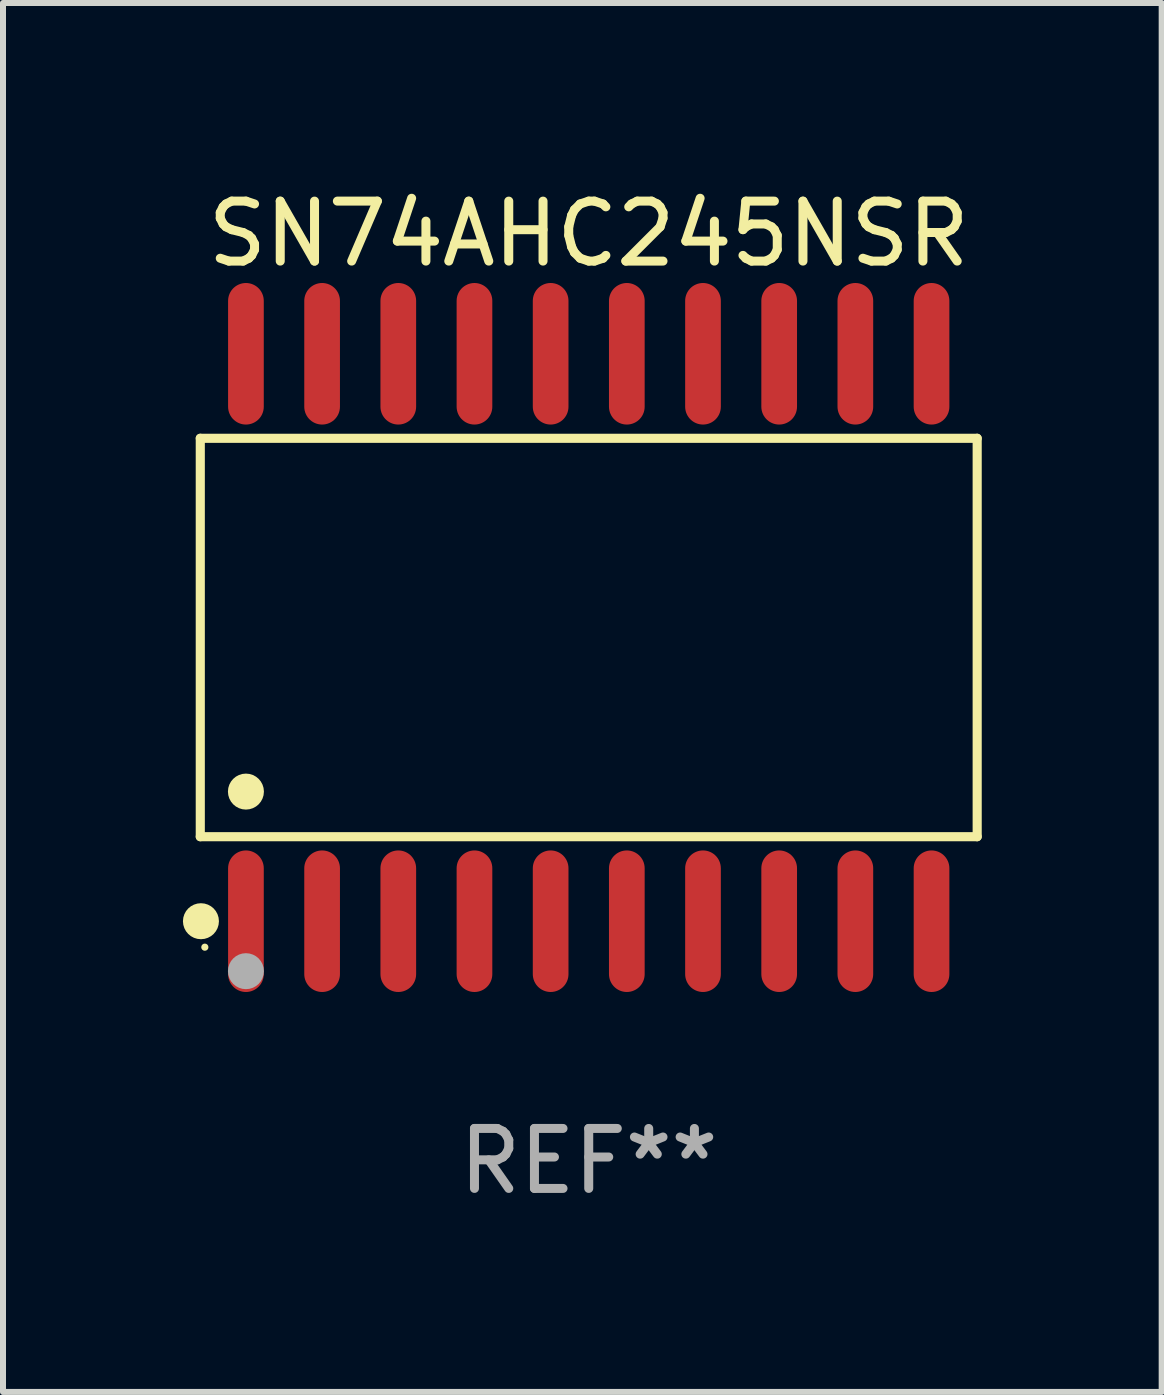
<source format=kicad_pcb>
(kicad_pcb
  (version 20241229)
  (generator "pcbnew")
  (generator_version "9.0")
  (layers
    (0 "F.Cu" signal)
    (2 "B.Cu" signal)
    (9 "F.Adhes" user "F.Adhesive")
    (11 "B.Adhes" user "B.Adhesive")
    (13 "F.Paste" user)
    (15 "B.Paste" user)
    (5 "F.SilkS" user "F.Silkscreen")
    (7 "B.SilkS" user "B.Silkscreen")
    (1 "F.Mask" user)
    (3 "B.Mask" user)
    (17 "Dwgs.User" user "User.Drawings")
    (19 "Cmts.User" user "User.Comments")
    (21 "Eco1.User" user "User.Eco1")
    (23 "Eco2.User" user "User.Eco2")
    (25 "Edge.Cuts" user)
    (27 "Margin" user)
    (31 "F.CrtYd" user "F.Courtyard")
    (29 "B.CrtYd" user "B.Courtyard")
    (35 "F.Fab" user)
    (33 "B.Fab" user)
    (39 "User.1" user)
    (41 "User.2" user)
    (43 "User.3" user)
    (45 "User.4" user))
  (footprint "SN74AHC245NSR"
    (layer "F.Cu")
    (at 6.765 7.578)
    (property "Reference" "SN74AHC245NSR" (at 0 -6.73 0) (layer "F.SilkS") (effects (font (size 1 1) (thickness 0.15))))
    (attr through_hole)
    (fp_line (start -6.476 -3.321) (end 6.476 -3.321) (stroke (width 0.152) (type solid)) (layer "F.SilkS"))
    (fp_line (start -6.476 3.321) (end -6.476 -3.321) (stroke (width 0.152) (type solid)) (layer "F.SilkS"))
    (fp_line (start 6.476 -3.321) (end 6.476 3.321) (stroke (width 0.152) (type solid)) (layer "F.SilkS"))
    (fp_line (start 6.476 3.321) (end -6.476 3.321) (stroke (width 0.152) (type solid)) (layer "F.SilkS"))
    (fp_circle (center -6.465 4.73) (end -6.315 4.73) (stroke (width 0.3) (type solid)) (fill no) (layer "F.SilkS"))
    (fp_circle (center -6.4 5.163) (end -6.37 5.163) (stroke (width 0.06) (type solid)) (fill no) (layer "F.SilkS"))
    (fp_circle (center -5.715 2.569) (end -5.565 2.569) (stroke (width 0.3) (type solid)) (fill no) (layer "F.SilkS"))
    (fp_circle (center -5.715 5.563) (end -5.565 5.563) (stroke (width 0.3) (type solid)) (fill no) (layer "F.Fab"))
    (fp_text user "REF**" (at 0 8.73 0) (layer "F.Fab") (effects (font (size 1 1) (thickness 0.15))))
    (pad "1" smd oval (at -5.715 4.73) (size 0.595 2.36) (layers "F.Cu" "F.Mask" "F.Paste"))
    (pad "2" smd oval (at -4.445 4.73) (size 0.595 2.36) (layers "F.Cu" "F.Mask" "F.Paste"))
    (pad "3" smd oval (at -3.175 4.73) (size 0.595 2.36) (layers "F.Cu" "F.Mask" "F.Paste"))
    (pad "4" smd oval (at -1.905 4.73) (size 0.595 2.36) (layers "F.Cu" "F.Mask" "F.Paste"))
    (pad "5" smd oval (at -0.635 4.73) (size 0.595 2.36) (layers "F.Cu" "F.Mask" "F.Paste"))
    (pad "6" smd oval (at 0.635 4.73) (size 0.595 2.36) (layers "F.Cu" "F.Mask" "F.Paste"))
    (pad "7" smd oval (at 1.905 4.73) (size 0.595 2.36) (layers "F.Cu" "F.Mask" "F.Paste"))
    (pad "8" smd oval (at 3.175 4.73) (size 0.595 2.36) (layers "F.Cu" "F.Mask" "F.Paste"))
    (pad "9" smd oval (at 4.445 4.73) (size 0.595 2.36) (layers "F.Cu" "F.Mask" "F.Paste"))
    (pad "10" smd oval (at 5.715 4.73) (size 0.595 2.36) (layers "F.Cu" "F.Mask" "F.Paste"))
    (pad "11" smd oval (at 5.715 -4.73) (size 0.595 2.36) (layers "F.Cu" "F.Mask" "F.Paste"))
    (pad "12" smd oval (at 4.445 -4.73) (size 0.595 2.36) (layers "F.Cu" "F.Mask" "F.Paste"))
    (pad "13" smd oval (at 3.175 -4.73) (size 0.595 2.36) (layers "F.Cu" "F.Mask" "F.Paste"))
    (pad "14" smd oval (at 1.905 -4.73) (size 0.595 2.36) (layers "F.Cu" "F.Mask" "F.Paste"))
    (pad "15" smd oval (at 0.635 -4.73) (size 0.595 2.36) (layers "F.Cu" "F.Mask" "F.Paste"))
    (pad "16" smd oval (at -0.635 -4.73) (size 0.595 2.36) (layers "F.Cu" "F.Mask" "F.Paste"))
    (pad "17" smd oval (at -1.905 -4.73) (size 0.595 2.36) (layers "F.Cu" "F.Mask" "F.Paste"))
    (pad "18" smd oval (at -3.175 -4.73) (size 0.595 2.36) (layers "F.Cu" "F.Mask" "F.Paste"))
    (pad "19" smd oval (at -4.445 -4.73) (size 0.595 2.36) (layers "F.Cu" "F.Mask" "F.Paste"))
    (pad "20" smd oval (at -5.715 -4.73) (size 0.595 2.36) (layers "F.Cu" "F.Mask" "F.Paste")))
  (gr_rect
    (start -3 -3)
    (end 16.317 20.156)
    (stroke (width 0.1) (type default))
    (fill no)
    (layer "Edge.Cuts")))
</source>
